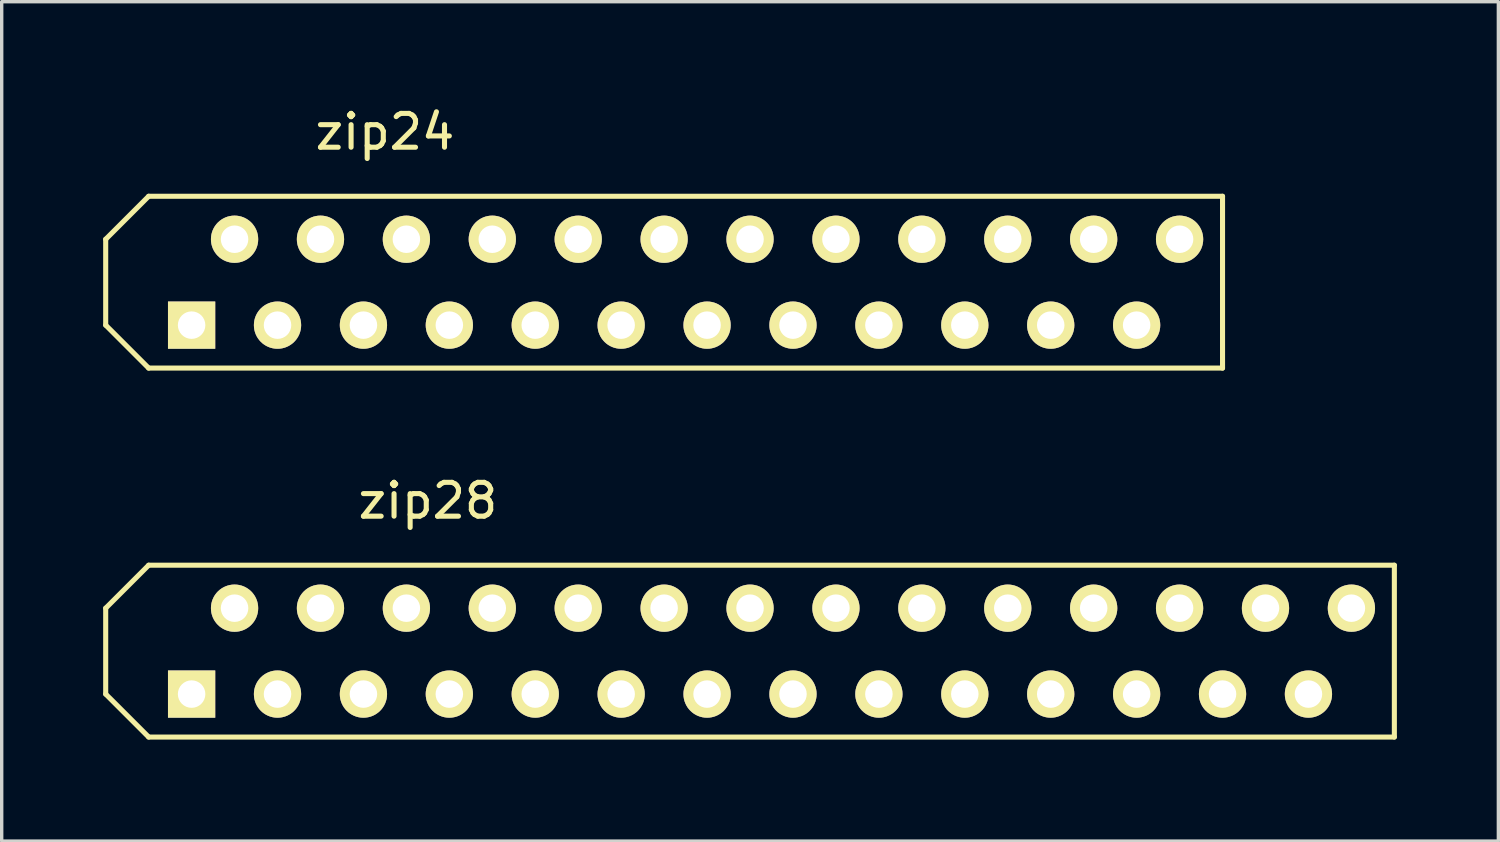
<source format=kicad_pcb>
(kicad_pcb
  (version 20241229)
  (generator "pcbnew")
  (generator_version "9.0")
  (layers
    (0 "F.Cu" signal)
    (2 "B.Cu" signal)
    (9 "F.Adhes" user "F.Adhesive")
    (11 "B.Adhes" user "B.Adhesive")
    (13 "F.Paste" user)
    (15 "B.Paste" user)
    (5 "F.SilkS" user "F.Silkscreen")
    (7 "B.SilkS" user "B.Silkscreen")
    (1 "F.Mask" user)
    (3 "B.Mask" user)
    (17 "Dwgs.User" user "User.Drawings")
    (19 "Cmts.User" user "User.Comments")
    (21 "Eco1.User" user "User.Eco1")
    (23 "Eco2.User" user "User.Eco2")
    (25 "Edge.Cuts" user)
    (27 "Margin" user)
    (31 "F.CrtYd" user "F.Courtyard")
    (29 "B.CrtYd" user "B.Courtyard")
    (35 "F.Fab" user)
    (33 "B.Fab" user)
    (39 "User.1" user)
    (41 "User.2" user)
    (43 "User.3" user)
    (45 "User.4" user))
  (footprint "zip24"
    (layer "F.Cu")
    (at 16.585 5.293)
    (property "Reference" "zip24" (at -8.255 -4.445 0) (layer "F.SilkS") (effects (font (size 1 1) (thickness 0.15))))
    (attr through_hole)
    (fp_line (start -16.51 -1.27) (end -15.24 -2.54) (stroke (width 0.15) (type solid)) (layer "F.SilkS"))
    (fp_line (start -16.51 1.27) (end -16.51 -1.27) (stroke (width 0.15) (type solid)) (layer "F.SilkS"))
    (fp_line (start -15.24 -2.54) (end 16.51 -2.54) (stroke (width 0.15) (type solid)) (layer "F.SilkS"))
    (fp_line (start -15.24 2.54) (end -16.51 1.27) (stroke (width 0.15) (type solid)) (layer "F.SilkS"))
    (fp_line (start 16.51 -2.54) (end 16.51 2.54) (stroke (width 0.15) (type solid)) (layer "F.SilkS"))
    (fp_line (start 16.51 2.54) (end -15.24 2.54) (stroke (width 0.15) (type solid)) (layer "F.SilkS"))
    (pad "1" thru_hole rect (at -13.97 1.27) (size 1.397 1.397) (drill 0.813) (layers "*.Cu" "*.Mask" "F.SilkS"))
    (pad "2" thru_hole circle (at -12.7 -1.27) (size 1.397 1.397) (drill 0.813) (layers "*.Cu" "*.Mask" "F.SilkS"))
    (pad "3" thru_hole circle (at -11.43 1.27) (size 1.397 1.397) (drill 0.813) (layers "*.Cu" "*.Mask" "F.SilkS"))
    (pad "4" thru_hole circle (at -10.16 -1.27) (size 1.397 1.397) (drill 0.813) (layers "*.Cu" "*.Mask" "F.SilkS"))
    (pad "5" thru_hole circle (at -8.89 1.27) (size 1.397 1.397) (drill 0.813) (layers "*.Cu" "*.Mask" "F.SilkS"))
    (pad "6" thru_hole circle (at -7.62 -1.27) (size 1.397 1.397) (drill 0.813) (layers "*.Cu" "*.Mask" "F.SilkS"))
    (pad "7" thru_hole circle (at -6.35 1.27) (size 1.397 1.397) (drill 0.813) (layers "*.Cu" "*.Mask" "F.SilkS"))
    (pad "8" thru_hole circle (at -5.08 -1.27) (size 1.397 1.397) (drill 0.813) (layers "*.Cu" "*.Mask" "F.SilkS"))
    (pad "9" thru_hole circle (at -3.81 1.27) (size 1.397 1.397) (drill 0.813) (layers "*.Cu" "*.Mask" "F.SilkS"))
    (pad "10" thru_hole circle (at -2.54 -1.27) (size 1.397 1.397) (drill 0.813) (layers "*.Cu" "*.Mask" "F.SilkS"))
    (pad "11" thru_hole circle (at -1.27 1.27) (size 1.397 1.397) (drill 0.813) (layers "*.Cu" "*.Mask" "F.SilkS"))
    (pad "12" thru_hole circle (at 0 -1.27) (size 1.397 1.397) (drill 0.813) (layers "*.Cu" "*.Mask" "F.SilkS"))
    (pad "13" thru_hole circle (at 1.27 1.27) (size 1.397 1.397) (drill 0.813) (layers "*.Cu" "*.Mask" "F.SilkS"))
    (pad "14" thru_hole circle (at 2.54 -1.27) (size 1.397 1.397) (drill 0.813) (layers "*.Cu" "*.Mask" "F.SilkS"))
    (pad "15" thru_hole circle (at 3.81 1.27) (size 1.397 1.397) (drill 0.813) (layers "*.Cu" "*.Mask" "F.SilkS"))
    (pad "16" thru_hole circle (at 5.08 -1.27) (size 1.397 1.397) (drill 0.813) (layers "*.Cu" "*.Mask" "F.SilkS"))
    (pad "17" thru_hole circle (at 6.35 1.27) (size 1.397 1.397) (drill 0.813) (layers "*.Cu" "*.Mask" "F.SilkS"))
    (pad "18" thru_hole circle (at 7.62 -1.27) (size 1.397 1.397) (drill 0.813) (layers "*.Cu" "*.Mask" "F.SilkS"))
    (pad "19" thru_hole circle (at 8.89 1.27) (size 1.397 1.397) (drill 0.813) (layers "*.Cu" "*.Mask" "F.SilkS"))
    (pad "20" thru_hole circle (at 10.16 -1.27) (size 1.397 1.397) (drill 0.813) (layers "*.Cu" "*.Mask" "F.SilkS"))
    (pad "21" thru_hole circle (at 11.43 1.27) (size 1.397 1.397) (drill 0.813) (layers "*.Cu" "*.Mask" "F.SilkS"))
    (pad "22" thru_hole circle (at 12.7 -1.27) (size 1.397 1.397) (drill 0.813) (layers "*.Cu" "*.Mask" "F.SilkS"))
    (pad "23" thru_hole circle (at 13.97 1.27) (size 1.397 1.397) (drill 0.813) (layers "*.Cu" "*.Mask" "F.SilkS"))
    (pad "24" thru_hole circle (at 15.24 -1.27) (size 1.397 1.397) (drill 0.813) (layers "*.Cu" "*.Mask" "F.SilkS")))
  (footprint "zip28"
    (layer "F.Cu")
    (at 19.125 16.201)
    (property "Reference" "zip28" (at -9.525 -4.445 0) (layer "F.SilkS") (effects (font (size 1 1) (thickness 0.15))))
    (attr through_hole)
    (fp_line (start -19.05 -1.27) (end -17.78 -2.54) (stroke (width 0.15) (type solid)) (layer "F.SilkS"))
    (fp_line (start -19.05 1.27) (end -19.05 -1.27) (stroke (width 0.15) (type solid)) (layer "F.SilkS"))
    (fp_line (start -17.78 -2.54) (end 19.05 -2.54) (stroke (width 0.15) (type solid)) (layer "F.SilkS"))
    (fp_line (start -17.78 2.54) (end -19.05 1.27) (stroke (width 0.15) (type solid)) (layer "F.SilkS"))
    (fp_line (start 19.05 -2.54) (end 19.05 2.54) (stroke (width 0.15) (type solid)) (layer "F.SilkS"))
    (fp_line (start 19.05 2.54) (end -17.78 2.54) (stroke (width 0.15) (type solid)) (layer "F.SilkS"))
    (pad "1" thru_hole rect (at -16.51 1.27) (size 1.397 1.397) (drill 0.813) (layers "*.Cu" "*.Mask" "F.SilkS"))
    (pad "2" thru_hole circle (at -15.24 -1.27) (size 1.397 1.397) (drill 0.813) (layers "*.Cu" "*.Mask" "F.SilkS"))
    (pad "3" thru_hole circle (at -13.97 1.27) (size 1.397 1.397) (drill 0.813) (layers "*.Cu" "*.Mask" "F.SilkS"))
    (pad "4" thru_hole circle (at -12.7 -1.27) (size 1.397 1.397) (drill 0.813) (layers "*.Cu" "*.Mask" "F.SilkS"))
    (pad "5" thru_hole circle (at -11.43 1.27) (size 1.397 1.397) (drill 0.813) (layers "*.Cu" "*.Mask" "F.SilkS"))
    (pad "6" thru_hole circle (at -10.16 -1.27) (size 1.397 1.397) (drill 0.813) (layers "*.Cu" "*.Mask" "F.SilkS"))
    (pad "7" thru_hole circle (at -8.89 1.27) (size 1.397 1.397) (drill 0.813) (layers "*.Cu" "*.Mask" "F.SilkS"))
    (pad "8" thru_hole circle (at -7.62 -1.27) (size 1.397 1.397) (drill 0.813) (layers "*.Cu" "*.Mask" "F.SilkS"))
    (pad "9" thru_hole circle (at -6.35 1.27) (size 1.397 1.397) (drill 0.813) (layers "*.Cu" "*.Mask" "F.SilkS"))
    (pad "10" thru_hole circle (at -5.08 -1.27) (size 1.397 1.397) (drill 0.813) (layers "*.Cu" "*.Mask" "F.SilkS"))
    (pad "11" thru_hole circle (at -3.81 1.27) (size 1.397 1.397) (drill 0.813) (layers "*.Cu" "*.Mask" "F.SilkS"))
    (pad "12" thru_hole circle (at -2.54 -1.27) (size 1.397 1.397) (drill 0.813) (layers "*.Cu" "*.Mask" "F.SilkS"))
    (pad "13" thru_hole circle (at -1.27 1.27) (size 1.397 1.397) (drill 0.813) (layers "*.Cu" "*.Mask" "F.SilkS"))
    (pad "14" thru_hole circle (at 0 -1.27) (size 1.397 1.397) (drill 0.813) (layers "*.Cu" "*.Mask" "F.SilkS"))
    (pad "15" thru_hole circle (at 1.27 1.27) (size 1.397 1.397) (drill 0.813) (layers "*.Cu" "*.Mask" "F.SilkS"))
    (pad "16" thru_hole circle (at 2.54 -1.27) (size 1.397 1.397) (drill 0.813) (layers "*.Cu" "*.Mask" "F.SilkS"))
    (pad "17" thru_hole circle (at 3.81 1.27) (size 1.397 1.397) (drill 0.813) (layers "*.Cu" "*.Mask" "F.SilkS"))
    (pad "18" thru_hole circle (at 5.08 -1.27) (size 1.397 1.397) (drill 0.813) (layers "*.Cu" "*.Mask" "F.SilkS"))
    (pad "19" thru_hole circle (at 6.35 1.27) (size 1.397 1.397) (drill 0.813) (layers "*.Cu" "*.Mask" "F.SilkS"))
    (pad "20" thru_hole circle (at 7.62 -1.27) (size 1.397 1.397) (drill 0.813) (layers "*.Cu" "*.Mask" "F.SilkS"))
    (pad "21" thru_hole circle (at 8.89 1.27) (size 1.397 1.397) (drill 0.813) (layers "*.Cu" "*.Mask" "F.SilkS"))
    (pad "22" thru_hole circle (at 10.16 -1.27) (size 1.397 1.397) (drill 0.813) (layers "*.Cu" "*.Mask" "F.SilkS"))
    (pad "23" thru_hole circle (at 11.43 1.27) (size 1.397 1.397) (drill 0.813) (layers "*.Cu" "*.Mask" "F.SilkS"))
    (pad "24" thru_hole circle (at 12.7 -1.27) (size 1.397 1.397) (drill 0.813) (layers "*.Cu" "*.Mask" "F.SilkS"))
    (pad "25" thru_hole circle (at 13.97 1.27) (size 1.397 1.397) (drill 0.813) (layers "*.Cu" "*.Mask" "F.SilkS"))
    (pad "26" thru_hole circle (at 15.24 -1.27) (size 1.397 1.397) (drill 0.813) (layers "*.Cu" "*.Mask" "F.SilkS"))
    (pad "27" thru_hole circle (at 16.51 1.27) (size 1.397 1.397) (drill 0.813) (layers "*.Cu" "*.Mask" "F.SilkS"))
    (pad "28" thru_hole circle (at 17.78 -1.27) (size 1.397 1.397) (drill 0.813) (layers "*.Cu" "*.Mask" "F.SilkS")))
  (gr_rect
    (start -3 -3)
    (end 41.25 21.817)
    (stroke (width 0.1) (type default))
    (fill no)
    (layer "Edge.Cuts")))
</source>
